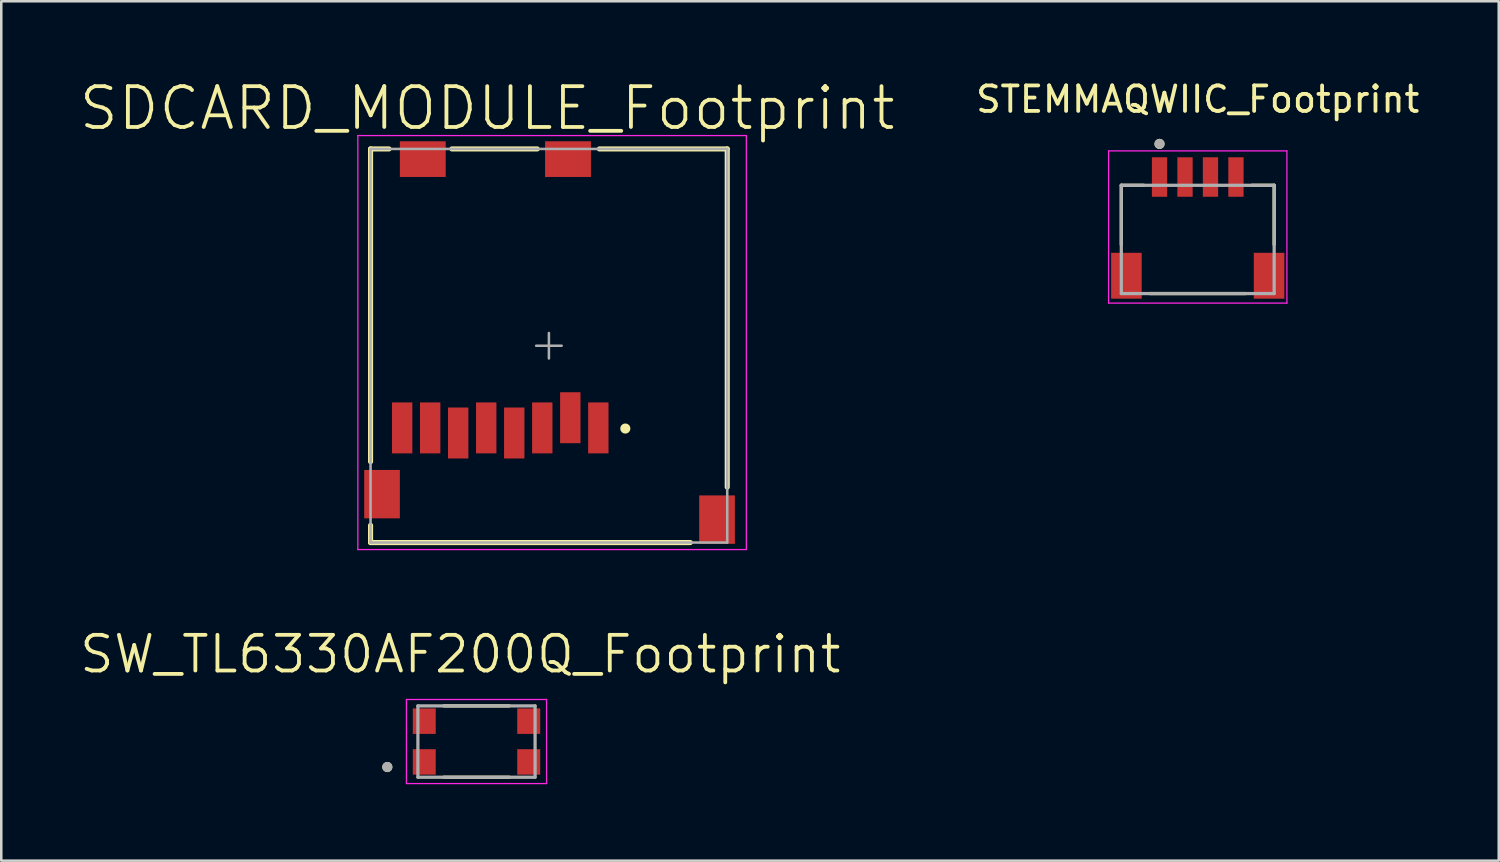
<source format=kicad_pcb>
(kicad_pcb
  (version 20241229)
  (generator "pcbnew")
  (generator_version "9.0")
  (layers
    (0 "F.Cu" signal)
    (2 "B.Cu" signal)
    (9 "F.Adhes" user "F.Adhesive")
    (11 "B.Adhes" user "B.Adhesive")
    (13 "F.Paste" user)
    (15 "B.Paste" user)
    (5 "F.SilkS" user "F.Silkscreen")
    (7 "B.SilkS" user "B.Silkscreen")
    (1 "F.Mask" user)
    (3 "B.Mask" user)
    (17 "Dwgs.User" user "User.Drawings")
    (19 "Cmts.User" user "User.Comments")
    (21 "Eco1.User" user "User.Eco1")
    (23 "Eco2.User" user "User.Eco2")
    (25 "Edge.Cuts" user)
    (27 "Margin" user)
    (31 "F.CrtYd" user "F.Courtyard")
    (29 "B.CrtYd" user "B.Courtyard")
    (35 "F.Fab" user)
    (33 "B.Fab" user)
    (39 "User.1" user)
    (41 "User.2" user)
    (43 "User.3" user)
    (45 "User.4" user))
  (footprint "SW_TL6330AF200Q_Footprint"
    (layer "F.Cu")
    (at 15.653 26.057)
    (property "Reference" "SW_TL6330AF200Q_Footprint" (at -0.635 -3.429 0) (layer "F.SilkS") (effects (font (size 1.4 1.4) (thickness 0.15))))
    (attr smd)
    (fp_line (start -1.286 -1.4) (end 1.286 -1.4) (stroke (width 0.127) (type solid)) (layer "F.SilkS"))
    (fp_line (start -1.286 1.4) (end 1.286 1.4) (stroke (width 0.127) (type solid)) (layer "F.SilkS"))
    (fp_circle (center -3.5 1) (end -3.4 1) (stroke (width 0.2) (type solid)) (fill no) (layer "F.SilkS"))
    (fp_line (start -2.75 -1.65) (end 2.75 -1.65) (stroke (width 0.05) (type solid)) (layer "F.CrtYd"))
    (fp_line (start -2.75 1.65) (end -2.75 -1.65) (stroke (width 0.05) (type solid)) (layer "F.CrtYd"))
    (fp_line (start 2.75 -1.65) (end 2.75 1.65) (stroke (width 0.05) (type solid)) (layer "F.CrtYd"))
    (fp_line (start 2.75 1.65) (end -2.75 1.65) (stroke (width 0.05) (type solid)) (layer "F.CrtYd"))
    (fp_line (start -2.3 -1.4) (end 2.3 -1.4) (stroke (width 0.127) (type solid)) (layer "F.Fab"))
    (fp_line (start -2.3 1.4) (end -2.3 -1.4) (stroke (width 0.127) (type solid)) (layer "F.Fab"))
    (fp_line (start 2.3 -1.4) (end 2.3 1.4) (stroke (width 0.127) (type solid)) (layer "F.Fab"))
    (fp_line (start 2.3 1.4) (end -2.3 1.4) (stroke (width 0.127) (type solid)) (layer "F.Fab"))
    (fp_circle (center -3.5 1) (end -3.4 1) (stroke (width 0.2) (type solid)) (fill no) (layer "F.Fab"))
    (pad "1" smd rect (at -2.05 0.8) (size 0.9 1) (layers "F.Cu" "F.Mask" "F.Paste"))
    (pad "2" smd rect (at 2.05 0.8) (size 0.9 1) (layers "F.Cu" "F.Mask" "F.Paste"))
    (pad "3" smd rect (at -2.05 -0.8) (size 0.9 1) (layers "F.Cu" "F.Mask" "F.Paste"))
    (pad "4" smd rect (at 2.05 -0.8) (size 0.9 1) (layers "F.Cu" "F.Mask" "F.Paste")))
  (footprint "STEMMAQWIIC_Footprint"
    (layer "F.Cu")
    (at 43.963 6.348)
    (property "Reference" "STEMMAQWIIC_Footprint" (at 0 -5.5 0) (layer "F.SilkS") (effects (font (size 1 1) (thickness 0.15))))
    (attr smd)
    (fp_line (start -3 -2.125) (end -2.12 -2.125) (stroke (width 0.127) (type solid)) (layer "F.SilkS"))
    (fp_line (start -3 0.205) (end -3 -2.125) (stroke (width 0.127) (type solid)) (layer "F.SilkS"))
    (fp_line (start -1.88 2.125) (end 1.88 2.125) (stroke (width 0.127) (type solid)) (layer "F.SilkS"))
    (fp_line (start 2.12 -2.125) (end 3 -2.125) (stroke (width 0.127) (type solid)) (layer "F.SilkS"))
    (fp_line (start 3 -2.125) (end 3 0.205) (stroke (width 0.127) (type solid)) (layer "F.SilkS"))
    (fp_circle (center -1.5 -3.75) (end -1.4 -3.75) (stroke (width 0.2) (type solid)) (fill no) (layer "F.SilkS"))
    (fp_line (start -3.5 -3.475) (end -3.5 2.5) (stroke (width 0.05) (type solid)) (layer "F.CrtYd"))
    (fp_line (start -3.5 2.5) (end 3.5 2.5) (stroke (width 0.05) (type solid)) (layer "F.CrtYd"))
    (fp_line (start 3.5 -3.475) (end -3.5 -3.475) (stroke (width 0.05) (type solid)) (layer "F.CrtYd"))
    (fp_line (start 3.5 2.5) (end 3.5 -3.475) (stroke (width 0.05) (type solid)) (layer "F.CrtYd"))
    (fp_line (start -3 -2.125) (end 3 -2.125) (stroke (width 0.127) (type solid)) (layer "F.Fab"))
    (fp_line (start -3 2.125) (end -3 -2.125) (stroke (width 0.127) (type solid)) (layer "F.Fab"))
    (fp_line (start 3 -2.125) (end 3 2.125) (stroke (width 0.127) (type solid)) (layer "F.Fab"))
    (fp_line (start 3 2.125) (end -3 2.125) (stroke (width 0.127) (type solid)) (layer "F.Fab"))
    (fp_circle (center -1.5 -3.75) (end -1.4 -3.75) (stroke (width 0.2) (type solid)) (fill no) (layer "F.Fab"))
    (pad "1" smd rect (at -1.5 -2.45) (size 0.6 1.55) (layers "F.Cu" "F.Mask" "F.Paste"))
    (pad "2" smd rect (at -0.5 -2.45) (size 0.6 1.55) (layers "F.Cu" "F.Mask" "F.Paste"))
    (pad "3" smd rect (at 0.5 -2.45) (size 0.6 1.55) (layers "F.Cu" "F.Mask" "F.Paste"))
    (pad "4" smd rect (at 1.5 -2.45) (size 0.6 1.55) (layers "F.Cu" "F.Mask" "F.Paste"))
    (pad "S1" smd rect (at -2.8 1.425) (size 1.2 1.8) (layers "F.Cu" "F.Mask" "F.Paste"))
    (pad "S2" smd rect (at 2.8 1.425) (size 1.2 1.8) (layers "F.Cu" "F.Mask" "F.Paste")))
  (footprint "SDCARD_MODULE_Footprint"
    (layer "F.Cu")
    (at 18.495 10.521)
    (property "Reference" "SDCARD_MODULE_Footprint" (at -2.421 -9.321 0) (layer "F.SilkS") (effects (font (size 1.601 1.601) (thickness 0.15))))
    (attr smd)
    (fp_line (start -7 -7.725) (end -6.274 -7.725) (stroke (width 0.2) (type solid)) (layer "F.SilkS"))
    (fp_line (start -7 4.55) (end -7 -7.725) (stroke (width 0.2) (type solid)) (layer "F.SilkS"))
    (fp_line (start -7 7.725) (end -7 7.05) (stroke (width 0.2) (type solid)) (layer "F.SilkS"))
    (fp_line (start -7 7.725) (end 5.55 7.725) (stroke (width 0.2) (type solid)) (layer "F.SilkS"))
    (fp_line (start -3.81 -7.725) (end -0.457 -7.725) (stroke (width 0.2) (type solid)) (layer "F.SilkS"))
    (fp_line (start 1.981 -7.725) (end 7 -7.725) (stroke (width 0.2) (type solid)) (layer "F.SilkS"))
    (fp_line (start 7 5.55) (end 7 -7.725) (stroke (width 0.2) (type solid)) (layer "F.SilkS"))
    (fp_circle (center 3 3.25) (end 3.1 3.25) (stroke (width 0.2) (type solid)) (fill no) (layer "F.SilkS"))
    (fp_line (start -7.5 -8.25) (end 7.75 -8.25) (stroke (width 0.05) (type solid)) (layer "F.CrtYd"))
    (fp_line (start -7.5 8) (end -7.5 -8.25) (stroke (width 0.05) (type solid)) (layer "F.CrtYd"))
    (fp_line (start 7.75 -8.25) (end 7.75 8) (stroke (width 0.05) (type solid)) (layer "F.CrtYd"))
    (fp_line (start 7.75 8) (end -7.5 8) (stroke (width 0.05) (type solid)) (layer "F.CrtYd"))
    (fp_line (start -7 -7.725) (end 7 -7.725) (stroke (width 0.1) (type solid)) (layer "F.Fab"))
    (fp_line (start -7 7.725) (end -7 -7.725) (stroke (width 0.1) (type solid)) (layer "F.Fab"))
    (fp_line (start -7 7.725) (end 7 7.725) (stroke (width 0.1) (type solid)) (layer "F.Fab"))
    (fp_line (start -0.5 0) (end 0.5 0) (stroke (width 0.1) (type solid)) (layer "F.Fab"))
    (fp_line (start 0 0.5) (end 0 -0.5) (stroke (width 0.1) (type solid)) (layer "F.Fab"))
    (fp_line (start 7 7.725) (end 7 -7.725) (stroke (width 0.1) (type solid)) (layer "F.Fab"))
    (pad "1" smd rect (at 1.94 3.225) (size 0.8 2) (layers "F.Cu" "F.Mask" "F.Paste"))
    (pad "2" smd rect (at 0.84 2.825) (size 0.8 2) (layers "F.Cu" "F.Mask" "F.Paste"))
    (pad "3" smd rect (at -0.26 3.225) (size 0.8 2) (layers "F.Cu" "F.Mask" "F.Paste"))
    (pad "4" smd rect (at -1.36 3.425) (size 0.8 2) (layers "F.Cu" "F.Mask" "F.Paste"))
    (pad "5" smd rect (at -2.46 3.225) (size 0.8 2) (layers "F.Cu" "F.Mask" "F.Paste"))
    (pad "6" smd rect (at -3.56 3.425) (size 0.8 2) (layers "F.Cu" "F.Mask" "F.Paste"))
    (pad "7" smd rect (at -4.66 3.225) (size 0.8 2) (layers "F.Cu" "F.Mask" "F.Paste"))
    (pad "8" smd rect (at -5.76 3.225) (size 0.8 2) (layers "F.Cu" "F.Mask" "F.Paste"))
    (pad "9" smd rect (at -4.95 -7.325) (size 1.8 1.4) (layers "F.Cu" "F.Mask" "F.Paste"))
    (pad "10" smd rect (at 0.75 -7.325) (size 1.8 1.4) (layers "F.Cu" "F.Mask" "F.Paste"))
    (pad "11" smd rect (at -6.55 5.825) (size 1.4 1.9) (layers "F.Cu" "F.Mask" "F.Paste"))
    (pad "12" smd rect (at 6.6 6.825) (size 1.4 1.9) (layers "F.Cu" "F.Mask" "F.Paste"))
    (zone (net_name "") (layer "F.Cu") (hatch full 0.508) (connect_pads) (min_thickness 0.01) (filled_areas_thickness no) (keepout (tracks not_allowed) (vias not_allowed) (pads not_allowed) (copperpour not_allowed) (footprints allowed)) (placement (enabled no)) (fill) (polygon (pts (xy 11.484 5.346) (xy 21.865 5.346) (xy 21.865 7.421) (xy 11.484 7.421)))))
  (gr_rect
    (start -3 -3)
    (end 55.778 30.732)
    (stroke (width 0.1) (type default))
    (fill no)
    (layer "Edge.Cuts")))
</source>
